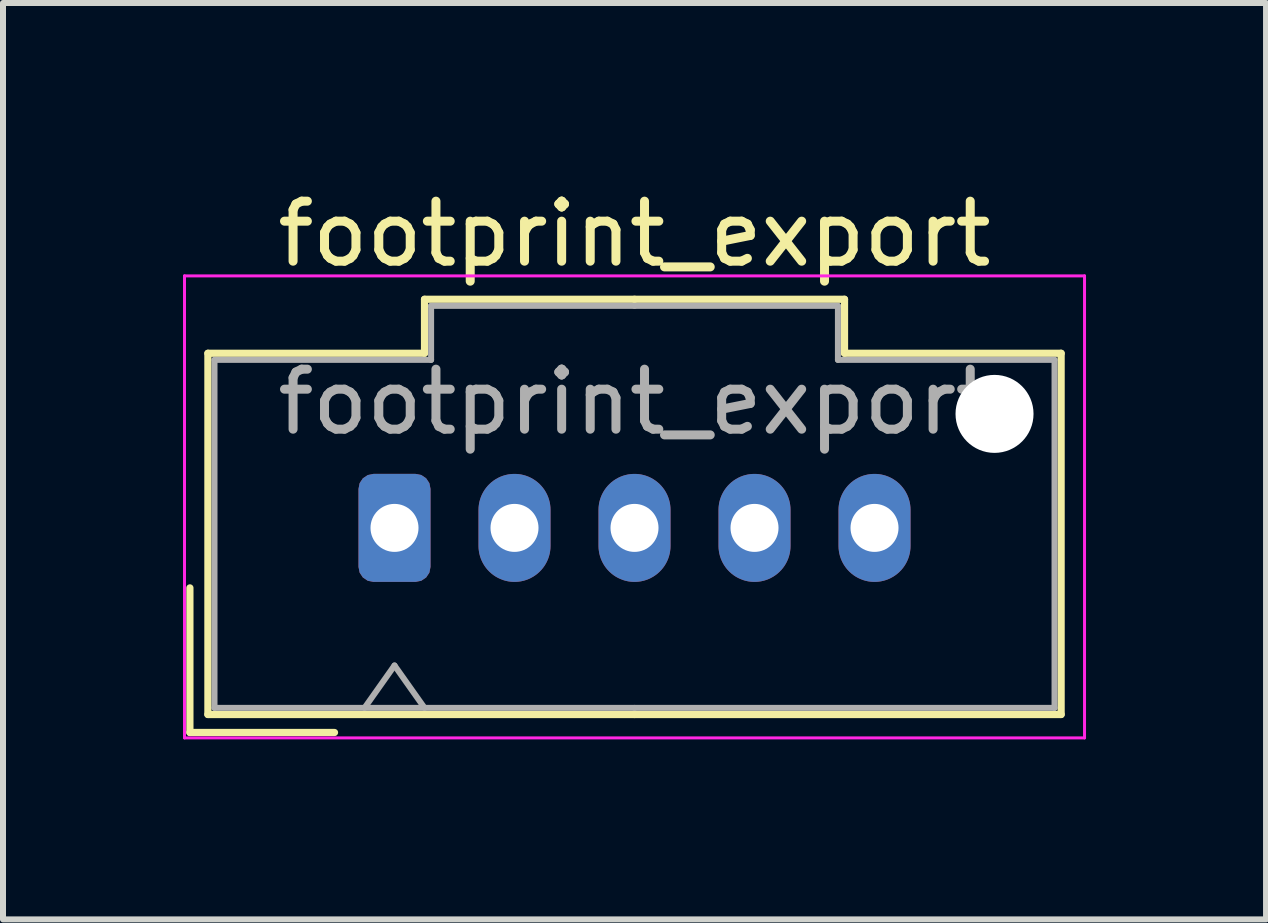
<source format=kicad_pcb>
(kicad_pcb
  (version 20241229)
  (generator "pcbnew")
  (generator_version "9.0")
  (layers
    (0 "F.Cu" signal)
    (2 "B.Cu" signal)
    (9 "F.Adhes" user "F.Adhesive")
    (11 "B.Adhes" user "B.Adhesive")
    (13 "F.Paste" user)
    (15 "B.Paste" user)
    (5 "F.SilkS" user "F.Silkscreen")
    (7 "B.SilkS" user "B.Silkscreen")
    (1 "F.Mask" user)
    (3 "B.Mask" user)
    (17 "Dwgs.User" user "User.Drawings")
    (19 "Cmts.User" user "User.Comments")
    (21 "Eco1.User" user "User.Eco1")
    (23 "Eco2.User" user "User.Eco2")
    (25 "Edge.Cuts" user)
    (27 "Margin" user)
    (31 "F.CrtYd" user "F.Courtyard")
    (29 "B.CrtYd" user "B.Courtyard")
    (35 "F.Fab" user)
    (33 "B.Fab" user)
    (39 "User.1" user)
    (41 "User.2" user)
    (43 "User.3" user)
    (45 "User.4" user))
  (footprint "footprint_export"
    (layer "F.Cu")
    (at 3.525 5.748)
    (property "Reference" "footprint_export" (at 4 -4.9 0) (layer "F.SilkS") (effects (font (size 1 1) (thickness 0.15))))
    (attr through_hole)
    (fp_line (start -3.41 1) (end -3.41 3.41) (stroke (width 0.12) (type solid)) (layer "F.SilkS"))
    (fp_line (start -3.41 3.41) (end -1 3.41) (stroke (width 0.12) (type solid)) (layer "F.SilkS"))
    (fp_line (start -3.11 -2.91) (end -3.11 3.11) (stroke (width 0.12) (type solid)) (layer "F.SilkS"))
    (fp_line (start -3.11 3.11) (end 4 3.11) (stroke (width 0.12) (type solid)) (layer "F.SilkS"))
    (fp_line (start 0.5 -3.81) (end 0.5 -2.91) (stroke (width 0.12) (type solid)) (layer "F.SilkS"))
    (fp_line (start 0.5 -2.91) (end -3.11 -2.91) (stroke (width 0.12) (type solid)) (layer "F.SilkS"))
    (fp_line (start 4 -3.81) (end 0.5 -3.81) (stroke (width 0.12) (type solid)) (layer "F.SilkS"))
    (fp_line (start 4 -3.81) (end 7.5 -3.81) (stroke (width 0.12) (type solid)) (layer "F.SilkS"))
    (fp_line (start 7.5 -3.81) (end 7.5 -2.91) (stroke (width 0.12) (type solid)) (layer "F.SilkS"))
    (fp_line (start 7.5 -2.91) (end 11.11 -2.91) (stroke (width 0.12) (type solid)) (layer "F.SilkS"))
    (fp_line (start 11.11 -2.91) (end 11.11 3.11) (stroke (width 0.12) (type solid)) (layer "F.SilkS"))
    (fp_line (start 11.11 3.11) (end 4 3.11) (stroke (width 0.12) (type solid)) (layer "F.SilkS"))
    (fp_line (start -3.5 -4.2) (end -3.5 3.5) (stroke (width 0.05) (type solid)) (layer "F.CrtYd"))
    (fp_line (start -3.5 3.5) (end 11.5 3.5) (stroke (width 0.05) (type solid)) (layer "F.CrtYd"))
    (fp_line (start 11.5 -4.2) (end -3.5 -4.2) (stroke (width 0.05) (type solid)) (layer "F.CrtYd"))
    (fp_line (start 11.5 3.5) (end 11.5 -4.2) (stroke (width 0.05) (type solid)) (layer "F.CrtYd"))
    (fp_line (start -3 -2.8) (end -3 3) (stroke (width 0.1) (type solid)) (layer "F.Fab"))
    (fp_line (start -3 3) (end 4 3) (stroke (width 0.1) (type solid)) (layer "F.Fab"))
    (fp_line (start -0.5 3) (end 0 2.293) (stroke (width 0.1) (type solid)) (layer "F.Fab"))
    (fp_line (start 0 2.293) (end 0.5 3) (stroke (width 0.1) (type solid)) (layer "F.Fab"))
    (fp_line (start 0.61 -3.7) (end 0.61 -2.8) (stroke (width 0.1) (type solid)) (layer "F.Fab"))
    (fp_line (start 0.61 -2.8) (end -3 -2.8) (stroke (width 0.1) (type solid)) (layer "F.Fab"))
    (fp_line (start 4 -3.7) (end 0.61 -3.7) (stroke (width 0.1) (type solid)) (layer "F.Fab"))
    (fp_line (start 4 -3.7) (end 7.39 -3.7) (stroke (width 0.1) (type solid)) (layer "F.Fab"))
    (fp_line (start 7.39 -3.7) (end 7.39 -2.8) (stroke (width 0.1) (type solid)) (layer "F.Fab"))
    (fp_line (start 7.39 -2.8) (end 11 -2.8) (stroke (width 0.1) (type solid)) (layer "F.Fab"))
    (fp_line (start 11 -2.8) (end 11 3) (stroke (width 0.1) (type solid)) (layer "F.Fab"))
    (fp_line (start 11 3) (end 4 3) (stroke (width 0.1) (type solid)) (layer "F.Fab"))
    (fp_text user "${REFERENCE}" (at 4 -2.1 0) (layer "F.Fab") (effects (font (size 1 1) (thickness 0.15))))
    (pad "" np_thru_hole circle (at 10 -1.9) (size 1.3 1.3) (drill 1.3) (layers "*.Cu" "*.Mask"))
    (pad "1" thru_hole roundrect (at 0 0) (size 1.2 1.8) (drill 0.8) (layers "*.Cu" "*.Mask") (roundrect_rratio 0.208))
    (pad "2" thru_hole oval (at 2 0) (size 1.2 1.8) (drill 0.8) (layers "*.Cu" "*.Mask"))
    (pad "3" thru_hole oval (at 4 0) (size 1.2 1.8) (drill 0.8) (layers "*.Cu" "*.Mask"))
    (pad "4" thru_hole oval (at 6 0) (size 1.2 1.8) (drill 0.8) (layers "*.Cu" "*.Mask"))
    (pad "5" thru_hole oval (at 8 0) (size 1.2 1.8) (drill 0.8) (layers "*.Cu" "*.Mask")))
  (gr_rect
    (start -3 -3)
    (end 18.05 12.273)
    (stroke (width 0.1) (type default))
    (fill no)
    (layer "Edge.Cuts")))
</source>
